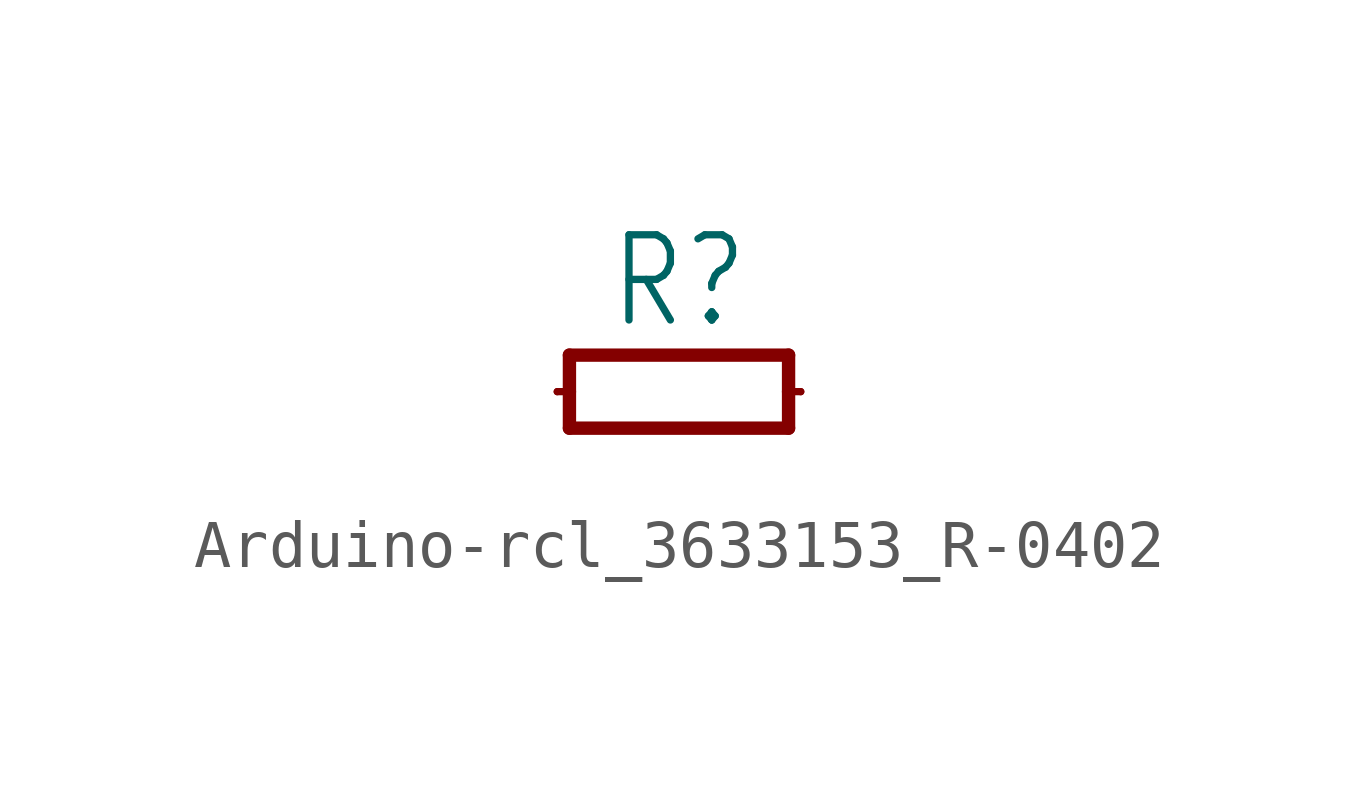
<source format=kicad_sym>
(kicad_symbol_lib
  (version 20241209)
  (generator "kicad_symbol_editor")
  (generator_version "9.0")
  (symbol "Arduino-rcl_3633153_R-0402"
    (property "Reference" "R"
      (at 0 1.27 0)
      (effects (font (size 1.778 1.511)) (justify bottom)))
    (property "Value" ""
      (at 0 -1.27 0)
      (effects (font (size 1.778 1.511)) (justify top)))
    (property "ki_locked" ""
      (at 0 0 0)
      (effects (font (size 1.27 1.27))))
    (symbol "Arduino-rcl_3633153_R-0402_1_0"
      (polyline (pts (xy -2.54 0) (xy -2.286 0)) (stroke (width 0.152) (type solid)) (fill (type none)))
      (polyline (pts (xy -2.286 0.762) (xy 2.286 0.762)) (stroke (width 0.279) (type solid)) (fill (type none)))
      (polyline (pts (xy -2.286 0) (xy -2.286 0.762)) (stroke (width 0.279) (type solid)) (fill (type none)))
      (polyline (pts (xy -2.286 -0.762) (xy -2.286 0)) (stroke (width 0.279) (type solid)) (fill (type none)))
      (polyline (pts (xy -2.286 -0.762) (xy 2.286 -0.762)) (stroke (width 0.279) (type solid)) (fill (type none)))
      (polyline (pts (xy 2.286 0.762) (xy 2.286 0)) (stroke (width 0.279) (type solid)) (fill (type none)))
      (polyline (pts (xy 2.286 0) (xy 2.286 -0.762)) (stroke (width 0.279) (type solid)) (fill (type none)))
      (polyline (pts (xy 2.286 0) (xy 2.54 0)) (stroke (width 0.152) (type solid)) (fill (type none)))
      (pin passive line (at -2.54 0 0) (length 0) (name "1" (effects (font (size 0 0)))) (number "1" (effects (font (size 0 0)))))
      (pin passive line (at 2.54 0 180) (length 0) (name "2" (effects (font (size 0 0)))) (number "2" (effects (font (size 0 0))))))))
</source>
